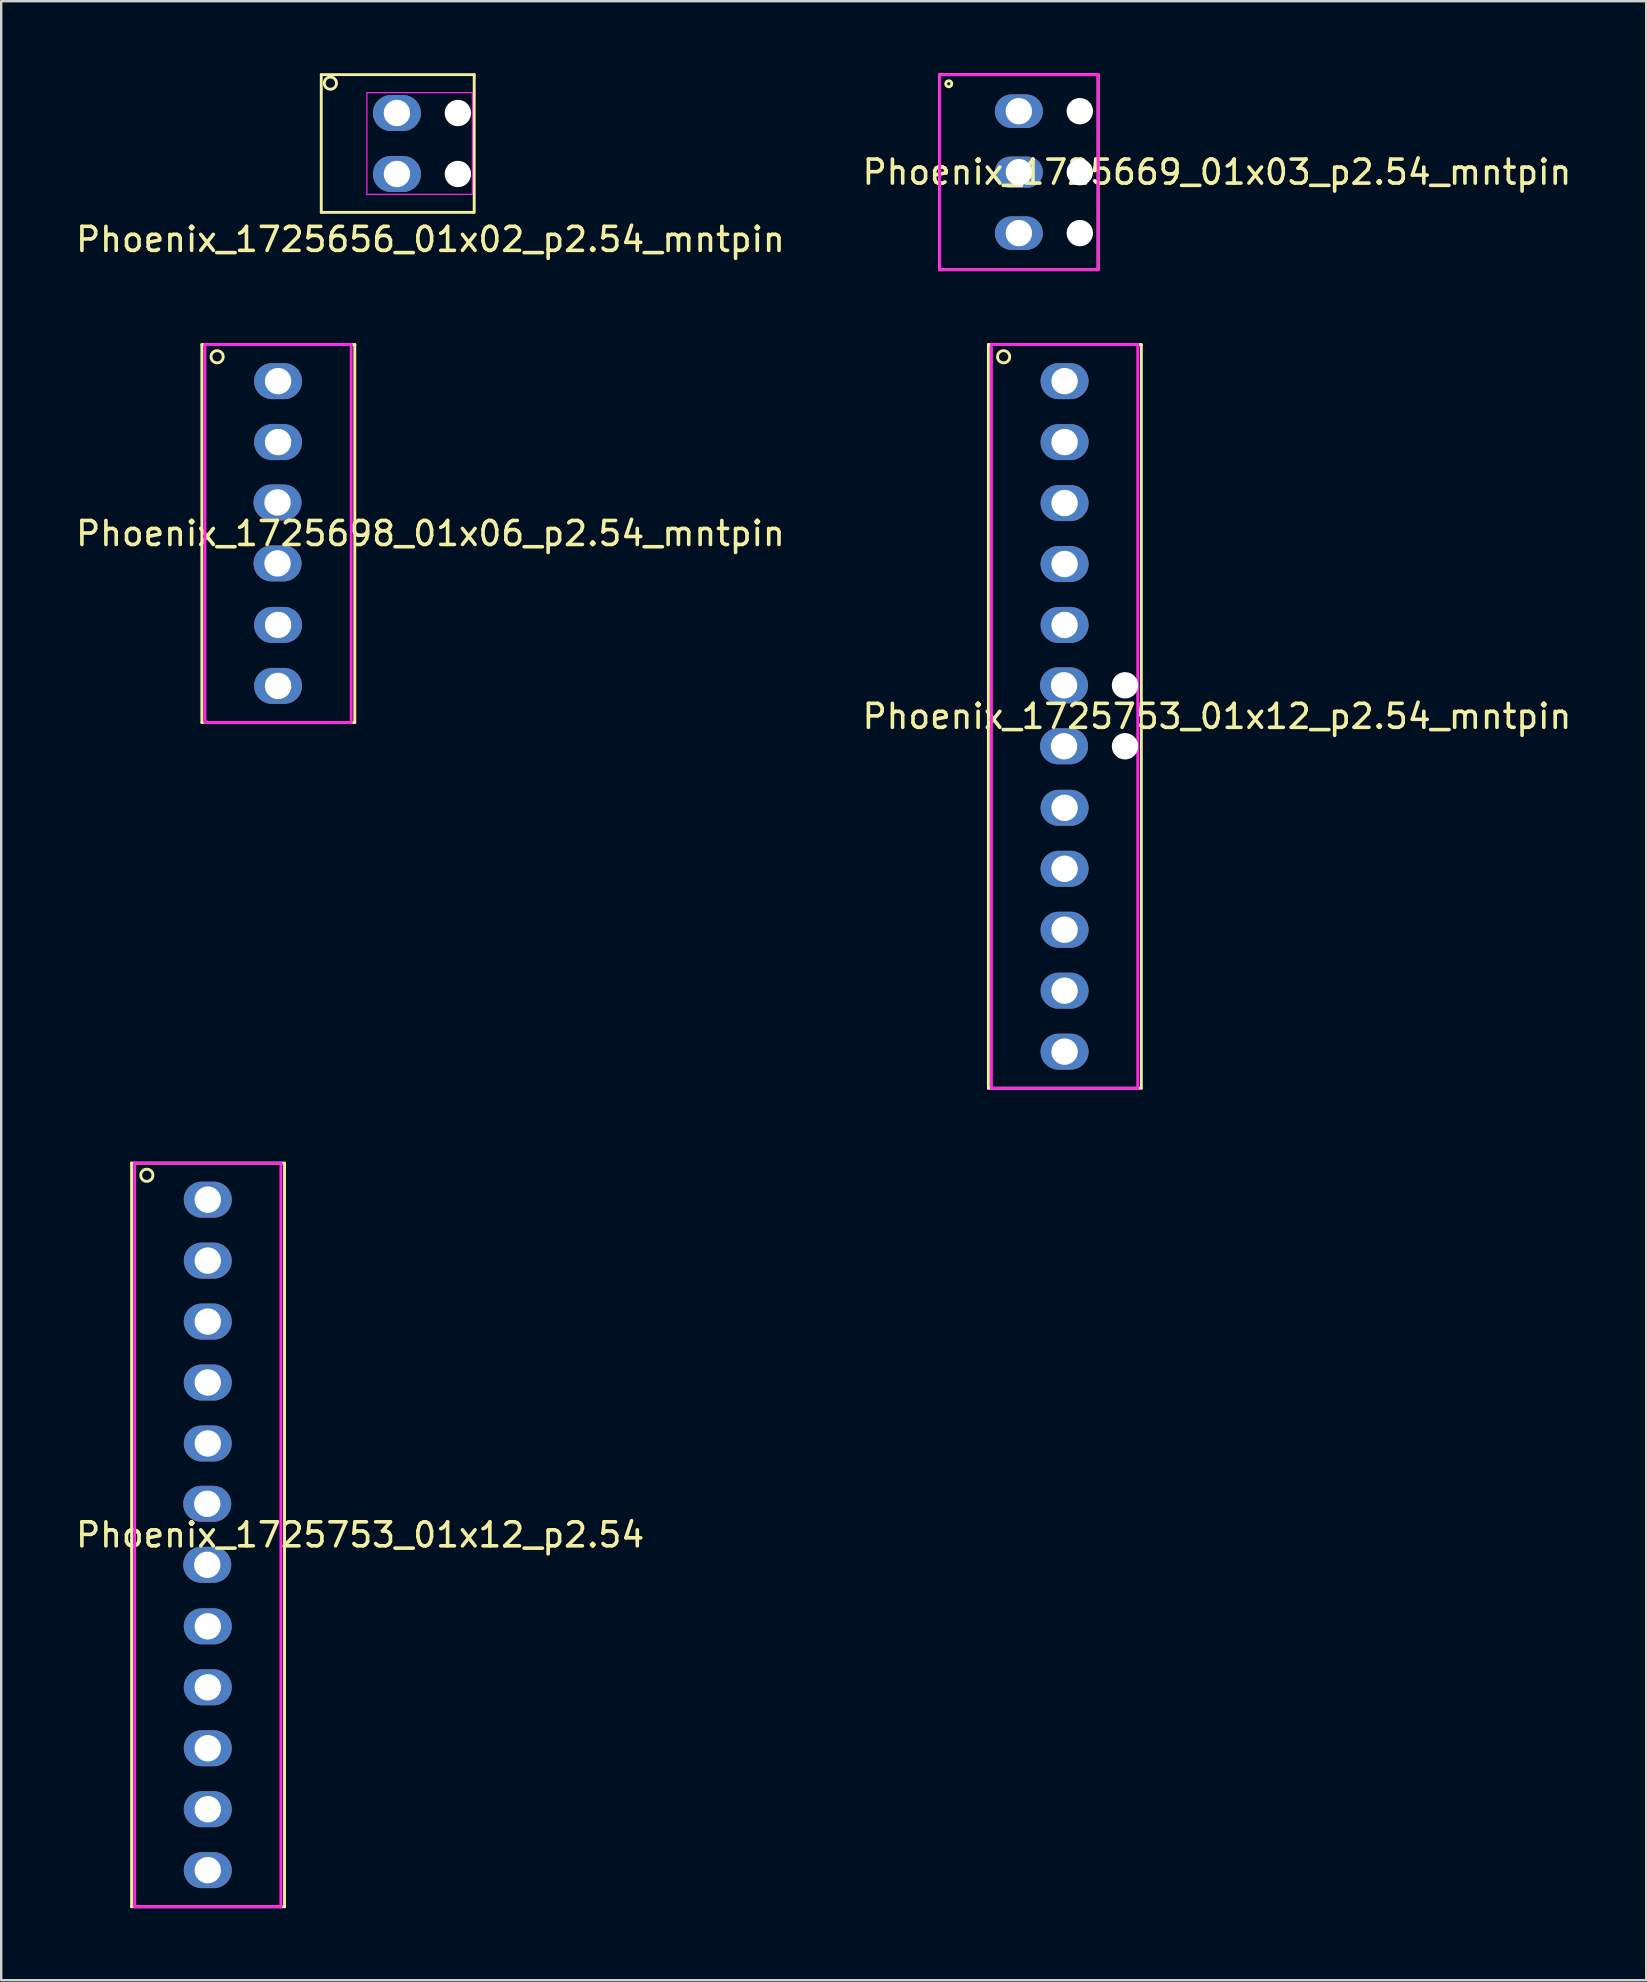
<source format=kicad_pcb>
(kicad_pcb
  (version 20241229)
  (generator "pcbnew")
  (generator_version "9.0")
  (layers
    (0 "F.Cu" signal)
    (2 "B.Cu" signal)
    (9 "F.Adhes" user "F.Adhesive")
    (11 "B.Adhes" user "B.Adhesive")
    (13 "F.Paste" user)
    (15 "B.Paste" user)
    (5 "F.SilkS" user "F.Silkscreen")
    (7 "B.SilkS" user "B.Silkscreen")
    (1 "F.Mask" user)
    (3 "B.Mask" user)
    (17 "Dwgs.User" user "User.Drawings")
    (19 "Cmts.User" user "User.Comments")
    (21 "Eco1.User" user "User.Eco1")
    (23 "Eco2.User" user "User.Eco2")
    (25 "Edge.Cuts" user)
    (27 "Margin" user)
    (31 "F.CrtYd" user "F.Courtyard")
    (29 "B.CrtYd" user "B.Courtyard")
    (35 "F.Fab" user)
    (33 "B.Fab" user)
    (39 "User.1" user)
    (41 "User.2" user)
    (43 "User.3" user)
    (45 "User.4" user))
  (footprint "Phoenix_1725753_01x12_p2.54"
    (layer "F.Cu")
    (at 5.608 60.91)
    (property "Reference" "Phoenix_1725753_01x12_p2.54" (at 6.35 0 180) (layer "F.SilkS") (effects (font (size 1 1) (thickness 0.15))))
    (attr through_hole)
    (fp_line (start -3.175 -15.494) (end -3.175 15.494) (stroke (width 0.12) (type solid)) (layer "F.SilkS"))
    (fp_line (start -3.175 -15.494) (end 3.198 -15.494) (stroke (width 0.12) (type solid)) (layer "F.SilkS"))
    (fp_line (start 3.198 15.494) (end -3.175 15.494) (stroke (width 0.12) (type solid)) (layer "F.SilkS"))
    (fp_line (start 3.198 15.494) (end 3.198 -15.494) (stroke (width 0.12) (type solid)) (layer "F.SilkS"))
    (fp_circle (center -2.54 -14.986) (end -2.286 -14.986) (stroke (width 0.12) (type solid)) (fill no) (layer "F.SilkS"))
    (fp_line (start -3.048 -15.494) (end 3.048 -15.494) (stroke (width 0.12) (type solid)) (layer "F.CrtYd"))
    (fp_line (start -3.048 15.494) (end -3.048 -15.494) (stroke (width 0.12) (type solid)) (layer "F.CrtYd"))
    (fp_line (start -3.048 15.494) (end 3.048 15.494) (stroke (width 0.12) (type solid)) (layer "F.CrtYd"))
    (fp_line (start 3.048 -15.494) (end 3.048 15.494) (stroke (width 0.12) (type solid)) (layer "F.CrtYd"))
    (pad "1" thru_hole oval (at 0 -13.97 90) (size 1.5 2) (drill 1.1) (layers "*.Cu" "*.Mask"))
    (pad "2" thru_hole oval (at 0 -11.43 90) (size 1.5 2) (drill 1.1) (layers "*.Cu" "*.Mask"))
    (pad "3" thru_hole oval (at 0 -8.89 90) (size 1.5 2) (drill 1.1) (layers "*.Cu" "*.Mask"))
    (pad "4" thru_hole oval (at 0 -6.35 90) (size 1.5 2) (drill 1.1) (layers "*.Cu" "*.Mask"))
    (pad "5" thru_hole oval (at 0 -3.81 90) (size 1.5 2) (drill 1.1) (layers "*.Cu" "*.Mask"))
    (pad "6" thru_hole oval (at -0.022 -1.295 90) (size 1.5 2) (drill 1.1) (layers "*.Cu" "*.Mask"))
    (pad "7" thru_hole oval (at -0.022 1.245 90) (size 1.5 2) (drill 1.1) (layers "*.Cu" "*.Mask"))
    (pad "8" thru_hole oval (at 0 3.81 90) (size 1.5 2) (drill 1.1) (layers "*.Cu" "*.Mask"))
    (pad "9" thru_hole oval (at 0 6.35 90) (size 1.5 2) (drill 1.1) (layers "*.Cu" "*.Mask"))
    (pad "10" thru_hole oval (at 0 8.89 90) (size 1.5 2) (drill 1.1) (layers "*.Cu" "*.Mask"))
    (pad "11" thru_hole oval (at 0 11.43 90) (size 1.5 2) (drill 1.1) (layers "*.Cu" "*.Mask"))
    (pad "12" thru_hole oval (at 0 13.97 90) (size 1.5 2) (drill 1.1) (layers "*.Cu" "*.Mask")))
  (footprint "Phoenix_1725698_01x06_p2.54_mntpin"
    (layer "F.Cu")
    (at 8.537 19.182)
    (property "Reference" "Phoenix_1725698_01x06_p2.54_mntpin" (at 6.35 0 180) (layer "F.SilkS") (effects (font (size 1 1) (thickness 0.15))))
    (attr through_hole)
    (fp_line (start -3.175 -7.874) (end -3.175 7.874) (stroke (width 0.12) (type solid)) (layer "F.SilkS"))
    (fp_line (start -3.175 -7.874) (end 3.198 -7.874) (stroke (width 0.12) (type solid)) (layer "F.SilkS"))
    (fp_line (start -3.175 7.874) (end 3.198 7.874) (stroke (width 0.12) (type solid)) (layer "F.SilkS"))
    (fp_line (start 3.198 7.874) (end 3.198 -7.874) (stroke (width 0.12) (type solid)) (layer "F.SilkS"))
    (fp_circle (center -2.54 -7.366) (end -2.286 -7.366) (stroke (width 0.12) (type solid)) (fill no) (layer "F.SilkS"))
    (fp_line (start -3.048 -7.874) (end 3.048 -7.874) (stroke (width 0.12) (type solid)) (layer "F.CrtYd"))
    (fp_line (start -3.048 7.874) (end -3.048 -7.874) (stroke (width 0.12) (type solid)) (layer "F.CrtYd"))
    (fp_line (start 3.048 -7.874) (end 3.048 7.874) (stroke (width 0.12) (type solid)) (layer "F.CrtYd"))
    (fp_line (start 3.048 7.874) (end -3.048 7.874) (stroke (width 0.12) (type solid)) (layer "F.CrtYd"))
    (pad "1" thru_hole oval (at 0 -6.35 90) (size 1.5 2) (drill 1.1) (layers "*.Cu" "*.Mask"))
    (pad "2" thru_hole oval (at 0 -3.81 90) (size 1.5 2) (drill 1.1) (layers "*.Cu" "*.Mask"))
    (pad "3" thru_hole oval (at -0.022 -1.295 90) (size 1.5 2) (drill 1.1) (layers "*.Cu" "*.Mask"))
    (pad "4" thru_hole oval (at -0.022 1.245 90) (size 1.5 2) (drill 1.1) (layers "*.Cu" "*.Mask"))
    (pad "5" thru_hole oval (at 0 3.81 90) (size 1.5 2) (drill 1.1) (layers "*.Cu" "*.Mask"))
    (pad "6" thru_hole oval (at 0 6.35 90) (size 1.5 2) (drill 1.1) (layers "*.Cu" "*.Mask")))
  (footprint "Phoenix_1725656_01x02_p2.54_mntpin"
    (layer "F.Cu")
    (at 13.512 2.955)
    (property "Reference" "Phoenix_1725656_01x02_p2.54_mntpin" (at 1.375 3.972 180) (layer "F.SilkS") (effects (font (size 1 1) (thickness 0.15))))
    (attr through_hole)
    (fp_line (start -3.175 -2.895) (end -3.175 2.845) (stroke (width 0.12) (type solid)) (layer "F.SilkS"))
    (fp_line (start -3.175 2.845) (end 3.175 2.845) (stroke (width 0.12) (type solid)) (layer "F.SilkS"))
    (fp_line (start 3.198 -2.895) (end -3.175 -2.895) (stroke (width 0.12) (type solid)) (layer "F.SilkS"))
    (fp_line (start 3.198 2.845) (end 3.198 -2.895) (stroke (width 0.12) (type solid)) (layer "F.SilkS"))
    (fp_circle (center -2.794 -2.54) (end -2.54 -2.54) (stroke (width 0.12) (type solid)) (fill no) (layer "F.SilkS"))
    (fp_line (start -1.272 -2.145) (end 3.123 -2.145) (stroke (width 0.05) (type solid)) (layer "F.CrtYd"))
    (fp_line (start -1.272 2.095) (end -1.272 -2.145) (stroke (width 0.05) (type solid)) (layer "F.CrtYd"))
    (fp_line (start 3.123 -2.145) (end 3.123 2.095) (stroke (width 0.05) (type solid)) (layer "F.CrtYd"))
    (fp_line (start 3.123 2.095) (end -1.272 2.095) (stroke (width 0.05) (type solid)) (layer "F.CrtYd"))
    (pad "" np_thru_hole circle (at 2.518 -1.295 90) (size 1.1 1.1) (drill 1.1) (layers "*.Cu" "*.Mask"))
    (pad "" np_thru_hole circle (at 2.518 1.245 90) (size 1.1 1.1) (drill 1.1) (layers "*.Cu" "*.Mask"))
    (pad "1" thru_hole oval (at -0.022 -1.295 90) (size 1.5 2) (drill 1.1) (layers "*.Cu" "*.Mask"))
    (pad "2" thru_hole oval (at -0.022 1.245 90) (size 1.5 2) (drill 1.1) (layers "*.Cu" "*.Mask")))
  (footprint "Phoenix_1725753_01x12_p2.54_mntpin"
    (layer "F.Cu")
    (at 41.311 26.802)
    (property "Reference" "Phoenix_1725753_01x12_p2.54_mntpin" (at 6.35 0 180) (layer "F.SilkS") (effects (font (size 1 1) (thickness 0.15))))
    (attr through_hole)
    (fp_line (start -3.175 -15.494) (end -3.175 15.494) (stroke (width 0.12) (type solid)) (layer "F.SilkS"))
    (fp_line (start -3.175 -15.494) (end 3.198 -15.494) (stroke (width 0.12) (type solid)) (layer "F.SilkS"))
    (fp_line (start 3.198 15.494) (end -3.175 15.494) (stroke (width 0.12) (type solid)) (layer "F.SilkS"))
    (fp_line (start 3.198 15.494) (end 3.198 -15.494) (stroke (width 0.12) (type solid)) (layer "F.SilkS"))
    (fp_circle (center -2.54 -14.986) (end -2.286 -14.986) (stroke (width 0.12) (type solid)) (fill no) (layer "F.SilkS"))
    (fp_line (start -3.048 -15.494) (end 3.048 -15.494) (stroke (width 0.12) (type solid)) (layer "F.CrtYd"))
    (fp_line (start -3.048 15.494) (end -3.048 -15.494) (stroke (width 0.12) (type solid)) (layer "F.CrtYd"))
    (fp_line (start -3.048 15.494) (end 3.048 15.494) (stroke (width 0.12) (type solid)) (layer "F.CrtYd"))
    (fp_line (start 3.048 -15.494) (end 3.048 15.494) (stroke (width 0.12) (type solid)) (layer "F.CrtYd"))
    (pad "" np_thru_hole circle (at 2.518 -1.295 90) (size 1.1 1.1) (drill 1.1) (layers "*.Cu" "*.Mask"))
    (pad "" np_thru_hole circle (at 2.518 1.245 90) (size 1.1 1.1) (drill 1.1) (layers "*.Cu" "*.Mask"))
    (pad "1" thru_hole oval (at 0 -13.97 90) (size 1.5 2) (drill 1.1) (layers "*.Cu" "*.Mask"))
    (pad "2" thru_hole oval (at 0 -11.43 90) (size 1.5 2) (drill 1.1) (layers "*.Cu" "*.Mask"))
    (pad "3" thru_hole oval (at 0 -8.89 90) (size 1.5 2) (drill 1.1) (layers "*.Cu" "*.Mask"))
    (pad "4" thru_hole oval (at 0 -6.35 90) (size 1.5 2) (drill 1.1) (layers "*.Cu" "*.Mask"))
    (pad "5" thru_hole oval (at 0 -3.81 90) (size 1.5 2) (drill 1.1) (layers "*.Cu" "*.Mask"))
    (pad "6" thru_hole oval (at -0.022 -1.295 90) (size 1.5 2) (drill 1.1) (layers "*.Cu" "*.Mask"))
    (pad "7" thru_hole oval (at -0.022 1.245 90) (size 1.5 2) (drill 1.1) (layers "*.Cu" "*.Mask"))
    (pad "8" thru_hole oval (at 0 3.81 90) (size 1.5 2) (drill 1.1) (layers "*.Cu" "*.Mask"))
    (pad "9" thru_hole oval (at 0 6.35 90) (size 1.5 2) (drill 1.1) (layers "*.Cu" "*.Mask"))
    (pad "10" thru_hole oval (at 0 8.89 90) (size 1.5 2) (drill 1.1) (layers "*.Cu" "*.Mask"))
    (pad "11" thru_hole oval (at 0 11.43 90) (size 1.5 2) (drill 1.1) (layers "*.Cu" "*.Mask"))
    (pad "12" thru_hole oval (at 0 13.97 90) (size 1.5 2) (drill 1.1) (layers "*.Cu" "*.Mask")))
  (footprint "Phoenix_1725669_01x03_p2.54_mntpin"
    (layer "F.Cu")
    (at 39.406 4.124)
    (property "Reference" "Phoenix_1725669_01x03_p2.54_mntpin" (at 8.255 0 0) (layer "F.SilkS") (effects (font (size 1 1) (thickness 0.15))))
    (attr through_hole)
    (fp_line (start -3.302 -4.064) (end 3.302 -4.064) (stroke (width 0.12) (type solid)) (layer "F.SilkS"))
    (fp_line (start -3.302 4.064) (end -3.302 -4.064) (stroke (width 0.12) (type solid)) (layer "F.SilkS"))
    (fp_line (start 3.302 -4.064) (end 3.302 4.064) (stroke (width 0.12) (type solid)) (layer "F.SilkS"))
    (fp_line (start 3.302 4.064) (end -3.302 4.064) (stroke (width 0.12) (type solid)) (layer "F.SilkS"))
    (fp_circle (center -2.921 -3.683) (end -2.794 -3.683) (stroke (width 0.12) (type solid)) (fill no) (layer "F.SilkS"))
    (fp_line (start -3.302 -4.064) (end 3.302 -4.064) (stroke (width 0.12) (type solid)) (layer "F.CrtYd"))
    (fp_line (start -3.302 4.064) (end -3.302 -4.064) (stroke (width 0.12) (type solid)) (layer "F.CrtYd"))
    (fp_line (start 3.302 -4.064) (end 3.302 4.064) (stroke (width 0.12) (type solid)) (layer "F.CrtYd"))
    (fp_line (start 3.302 4.064) (end -3.302 4.064) (stroke (width 0.12) (type solid)) (layer "F.CrtYd"))
    (pad "" np_thru_hole circle (at 2.54 -2.54 90) (size 1.1 1.1) (drill 1.1) (layers "*.Cu" "*.Mask"))
    (pad "" np_thru_hole circle (at 2.54 0 90) (size 1.1 1.1) (drill 1.1) (layers "*.Cu" "*.Mask"))
    (pad "" np_thru_hole circle (at 2.54 2.54 90) (size 1.1 1.1) (drill 1.1) (layers "*.Cu" "*.Mask"))
    (pad "1" thru_hole oval (at 0 -2.54 90) (size 1.4 2) (drill 1.1) (layers "*.Cu" "*.Mask"))
    (pad "2" thru_hole oval (at 0 0 90) (size 1.3 2) (drill 1.1) (layers "*.Cu" "*.Mask"))
    (pad "3" thru_hole oval (at 0 2.54 90) (size 1.4 2) (drill 1.1) (layers "*.Cu" "*.Mask")))
  (gr_rect
    (start -3 -3)
    (end 65.548 79.464)
    (stroke (width 0.1) (type default))
    (fill no)
    (layer "Edge.Cuts")))
</source>
